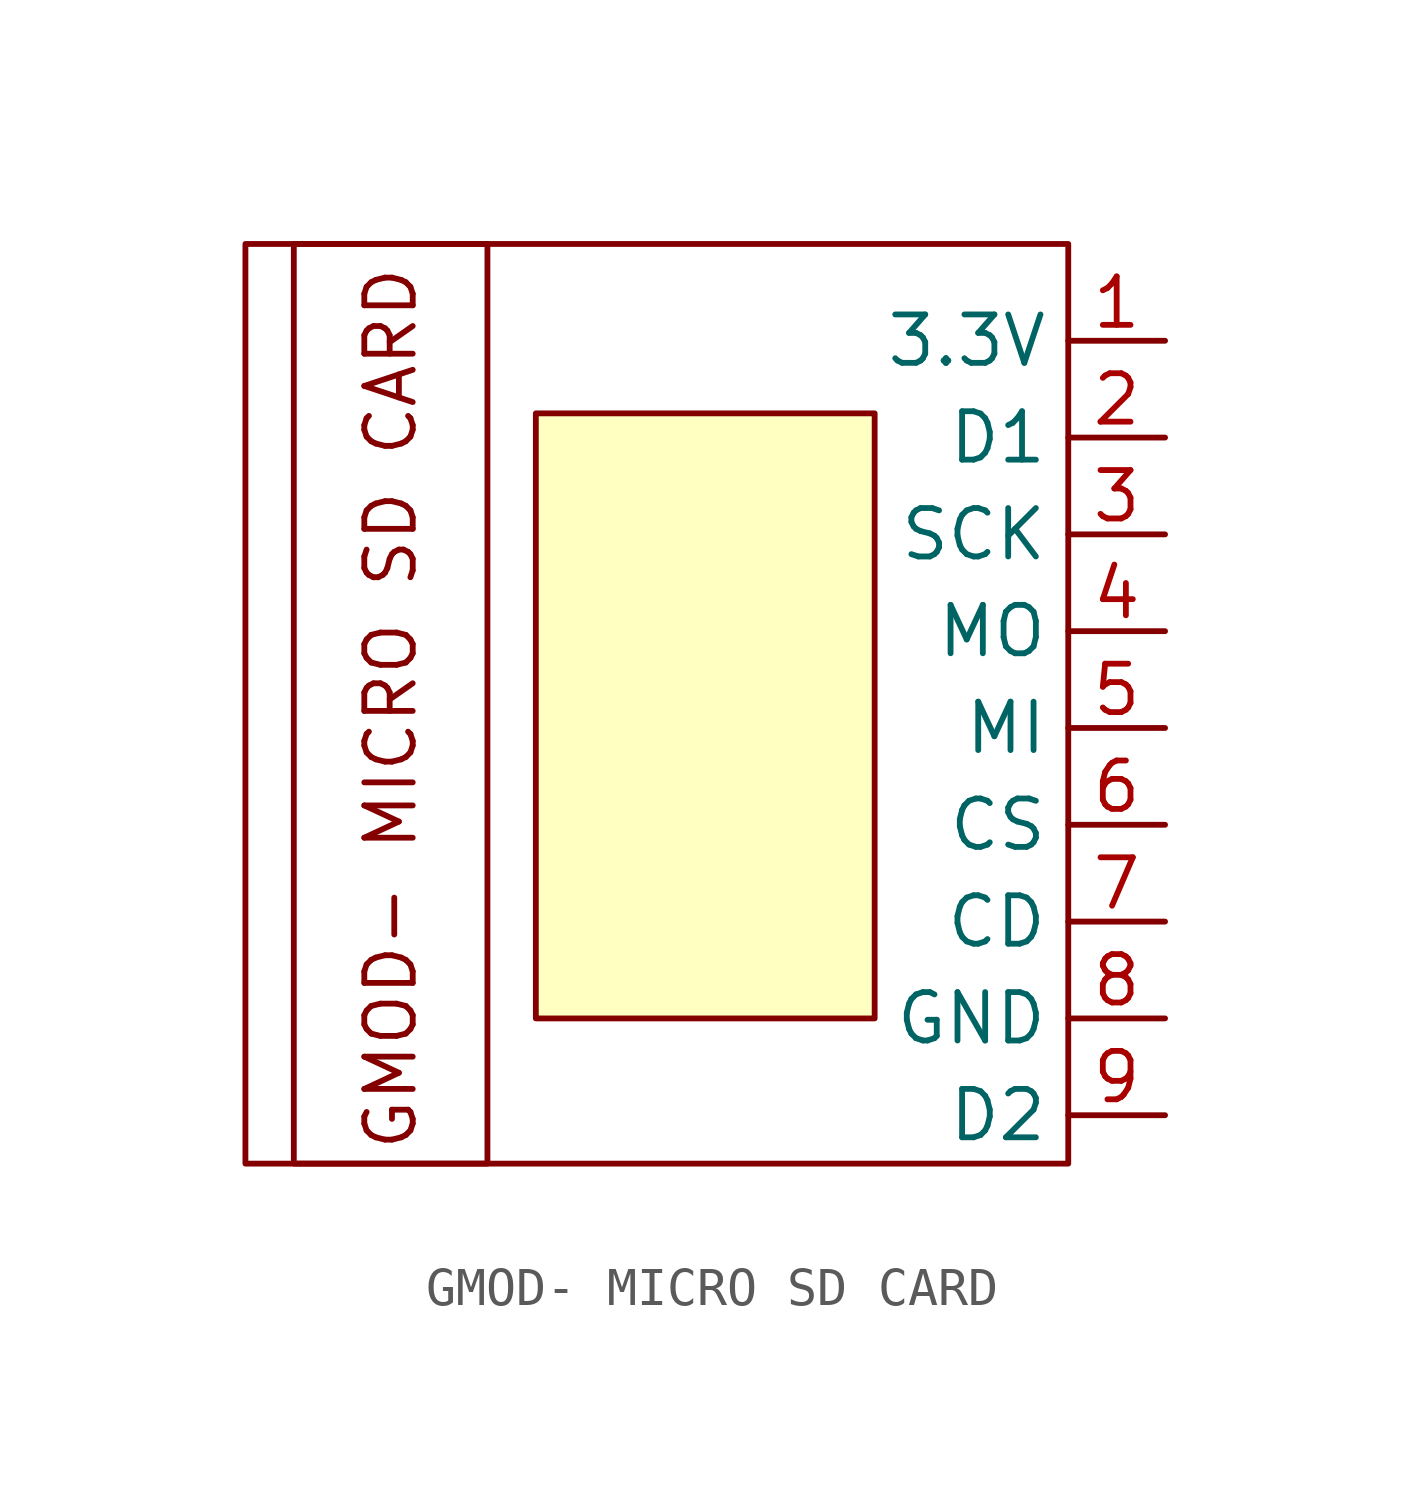
<source format=kicad_sym>
(kicad_symbol_lib
  (version 20241209)
  (generator "kicad_symbol_editor")
  (generator_version "9.0")
  (symbol "GMOD- MICRO SD CARD"
    (property "Reference" "U"
      (at 1.143 -10.287 90)
      (effects (font (size 1.27 1.27)) (hide yes)))
    (property "Value" ""
      (at -7.62 6.35 0)
      (effects (font (size 1.27 1.27))))
    (symbol "GMOD- MICRO SD CARD_0_1"
      (rectangle (start -10.16 12.7) (end 11.43 -11.43) (stroke (width 0) (type default)) (fill (type none))))
    (symbol "GMOD- MICRO SD CARD_1_1"
      (rectangle (start -8.89 12.7) (end -3.81 -11.43) (stroke (width 0) (type default)) (fill (type none)))
      (rectangle (start -2.54 8.255) (end 6.35 -7.62) (stroke (width 0) (type solid)) (fill (type background)))
      (text "GMOD- MICRO SD CARD" (at -6.35 0.508 900) (effects (font (size 1.27 1.27))))
      (pin power_in line (at 13.97 10.16 180) (length 2.54) (name "3.3V" (effects (font (size 1.27 1.27)))) (number "1" (effects (font (size 1.27 1.27)))))
      (pin bidirectional line (at 13.97 7.62 180) (length 2.54) (name "D1" (effects (font (size 1.27 1.27)))) (number "2" (effects (font (size 1.27 1.27)))))
      (pin bidirectional line (at 13.97 5.08 180) (length 2.54) (name "SCK" (effects (font (size 1.27 1.27)))) (number "3" (effects (font (size 1.27 1.27)))))
      (pin bidirectional line (at 13.97 2.54 180) (length 2.54) (name "MO" (effects (font (size 1.27 1.27)))) (number "4" (effects (font (size 1.27 1.27)))))
      (pin bidirectional line (at 13.97 0 180) (length 2.54) (name "MI" (effects (font (size 1.27 1.27)))) (number "5" (effects (font (size 1.27 1.27)))))
      (pin bidirectional line (at 13.97 -2.54 180) (length 2.54) (name "CS" (effects (font (size 1.27 1.27)))) (number "6" (effects (font (size 1.27 1.27)))))
      (pin bidirectional line (at 13.97 -5.08 180) (length 2.54) (name "CD" (effects (font (size 1.27 1.27)))) (number "7" (effects (font (size 1.27 1.27)))))
      (pin power_in line (at 13.97 -7.62 180) (length 2.54) (name "GND" (effects (font (size 1.27 1.27)))) (number "8" (effects (font (size 1.27 1.27)))))
      (pin bidirectional line (at 13.97 -10.16 180) (length 2.54) (name "D2" (effects (font (size 1.27 1.27)))) (number "9" (effects (font (size 1.27 1.27))))))))
</source>
